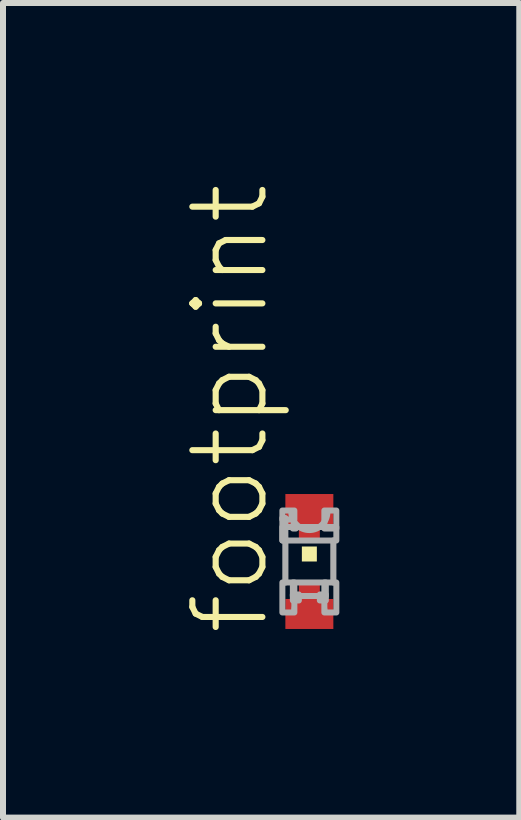
<source format=kicad_pcb>
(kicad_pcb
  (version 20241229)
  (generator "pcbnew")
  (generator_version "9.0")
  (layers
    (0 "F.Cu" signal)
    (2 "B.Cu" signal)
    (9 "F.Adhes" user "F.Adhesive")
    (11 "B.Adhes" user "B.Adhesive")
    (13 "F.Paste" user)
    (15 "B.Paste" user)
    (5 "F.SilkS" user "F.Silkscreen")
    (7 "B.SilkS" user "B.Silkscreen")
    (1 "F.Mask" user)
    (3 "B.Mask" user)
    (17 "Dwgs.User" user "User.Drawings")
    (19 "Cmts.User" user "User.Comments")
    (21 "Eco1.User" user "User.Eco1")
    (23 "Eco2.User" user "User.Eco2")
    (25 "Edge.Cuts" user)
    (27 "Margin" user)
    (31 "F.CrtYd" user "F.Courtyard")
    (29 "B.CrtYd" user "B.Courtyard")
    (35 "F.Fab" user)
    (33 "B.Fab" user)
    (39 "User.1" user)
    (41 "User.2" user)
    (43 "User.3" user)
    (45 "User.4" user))
  (footprint "footprint"
    (layer "F.Cu")
    (at 2.108 6.312)
    (property "Reference" "footprint" (at -0.635 1.27 90) (layer "F.SilkS") (effects (font (size 1.168 1.168) (thickness 0.102)) (justify left bottom)))
    (fp_poly (pts (xy -0.4 -0.625) (xy 0.4 -0.625) (xy 0.4 -1.125) (xy -0.4 -1.125)) (stroke (width 0) (type solid)) (fill yes) (layer "F.Mask"))
    (fp_poly (pts (xy -0.4 1.125) (xy 0.4 1.125) (xy 0.4 0.625) (xy -0.4 0.625)) (stroke (width 0) (type solid)) (fill yes) (layer "F.Mask"))
    (fp_poly (pts (xy -0.175 -0.325) (xy 0.175 -0.325) (xy 0.175 -0.7) (xy -0.175 -0.7)) (stroke (width 0) (type solid)) (fill yes) (layer "F.Mask"))
    (fp_poly (pts (xy -0.175 0.675) (xy 0.175 0.675) (xy 0.175 0.325) (xy -0.175 0.325)) (stroke (width 0) (type solid)) (fill yes) (layer "F.Mask"))
    (fp_poly (pts (xy -0.125 0) (xy 0.125 0) (xy 0.125 -0.25) (xy -0.125 -0.25)) (stroke (width 0) (type solid)) (fill yes) (layer "F.SilkS"))
    (fp_line (start -0.4 -0.375) (end -0.4 0.35) (stroke (width 0.102) (type solid)) (layer "F.Fab"))
    (fp_line (start 0.4 -0.35) (end 0.4 0.35) (stroke (width 0.102) (type solid)) (layer "F.Fab"))
    (fp_arc (start -0.275 0.825) (mid 0 0.55) (end 0.275 0.825) (stroke (width 0.0508) (type solid)) (layer "F.Fab"))
    (fp_arc (start 0.3 -0.825) (mid 0 -0.525) (end -0.3 -0.825) (stroke (width 0.1016) (type solid)) (layer "F.Fab"))
    (fp_circle (center -0.35 -0.625) (end -0.275 -0.625) (stroke (width 0.051) (type solid)) (fill no) (layer "F.Fab"))
    (fp_poly (pts (xy -0.45 -0.7) (xy -0.25 -0.7) (xy -0.25 -0.85) (xy -0.45 -0.85)) (stroke (width 0.1) (type solid)) (fill no) (layer "F.Fab"))
    (fp_poly (pts (xy -0.45 -0.35) (xy -0.4 -0.35) (xy -0.4 -0.725) (xy -0.45 -0.725)) (stroke (width 0.1) (type solid)) (fill no) (layer "F.Fab"))
    (fp_poly (pts (xy -0.45 -0.35) (xy 0.45 -0.35) (xy 0.45 -0.575) (xy -0.45 -0.575)) (stroke (width 0.1) (type solid)) (fill no) (layer "F.Fab"))
    (fp_poly (pts (xy -0.45 0.85) (xy -0.25 0.85) (xy -0.25 0.35) (xy -0.45 0.35)) (stroke (width 0.1) (type solid)) (fill no) (layer "F.Fab"))
    (fp_poly (pts (xy -0.275 -0.55) (xy -0.225 -0.55) (xy -0.225 -0.6) (xy -0.275 -0.6)) (stroke (width 0.1) (type solid)) (fill no) (layer "F.Fab"))
    (fp_poly (pts (xy -0.275 0.575) (xy 0.275 0.575) (xy 0.275 0.35) (xy -0.275 0.35)) (stroke (width 0.1) (type solid)) (fill no) (layer "F.Fab"))
    (fp_poly (pts (xy -0.275 0.65) (xy -0.175 0.65) (xy -0.175 0.55) (xy -0.275 0.55)) (stroke (width 0.1) (type solid)) (fill no) (layer "F.Fab"))
    (fp_poly (pts (xy 0.175 0.65) (xy 0.275 0.65) (xy 0.275 0.55) (xy 0.175 0.55)) (stroke (width 0.1) (type solid)) (fill no) (layer "F.Fab"))
    (fp_poly (pts (xy 0.25 -0.55) (xy 0.45 -0.55) (xy 0.45 -0.85) (xy 0.25 -0.85)) (stroke (width 0.1) (type solid)) (fill no) (layer "F.Fab"))
    (fp_poly (pts (xy 0.25 0.85) (xy 0.45 0.85) (xy 0.45 0.35) (xy 0.25 0.35)) (stroke (width 0.1) (type solid)) (fill no) (layer "F.Fab"))
    (pad "A" smd rect (at 0 0.875) (size 0.8 0.5) (layers "F.Cu"))
    (pad "A@1" smd rect (at 0 0.5) (size 0.35 0.35) (layers "F.Cu" "F.Mask" "F.Paste"))
    (pad "C" smd rect (at 0 -0.875) (size 0.8 0.5) (layers "F.Cu"))
    (pad "C@1" smd rect (at 0 -0.5) (size 0.35 0.35) (layers "F.Cu" "F.Mask" "F.Paste")))
  (gr_rect
    (start -3 -3)
    (end 5.608 10.582)
    (stroke (width 0.1) (type default))
    (fill no)
    (layer "Edge.Cuts")))
</source>
